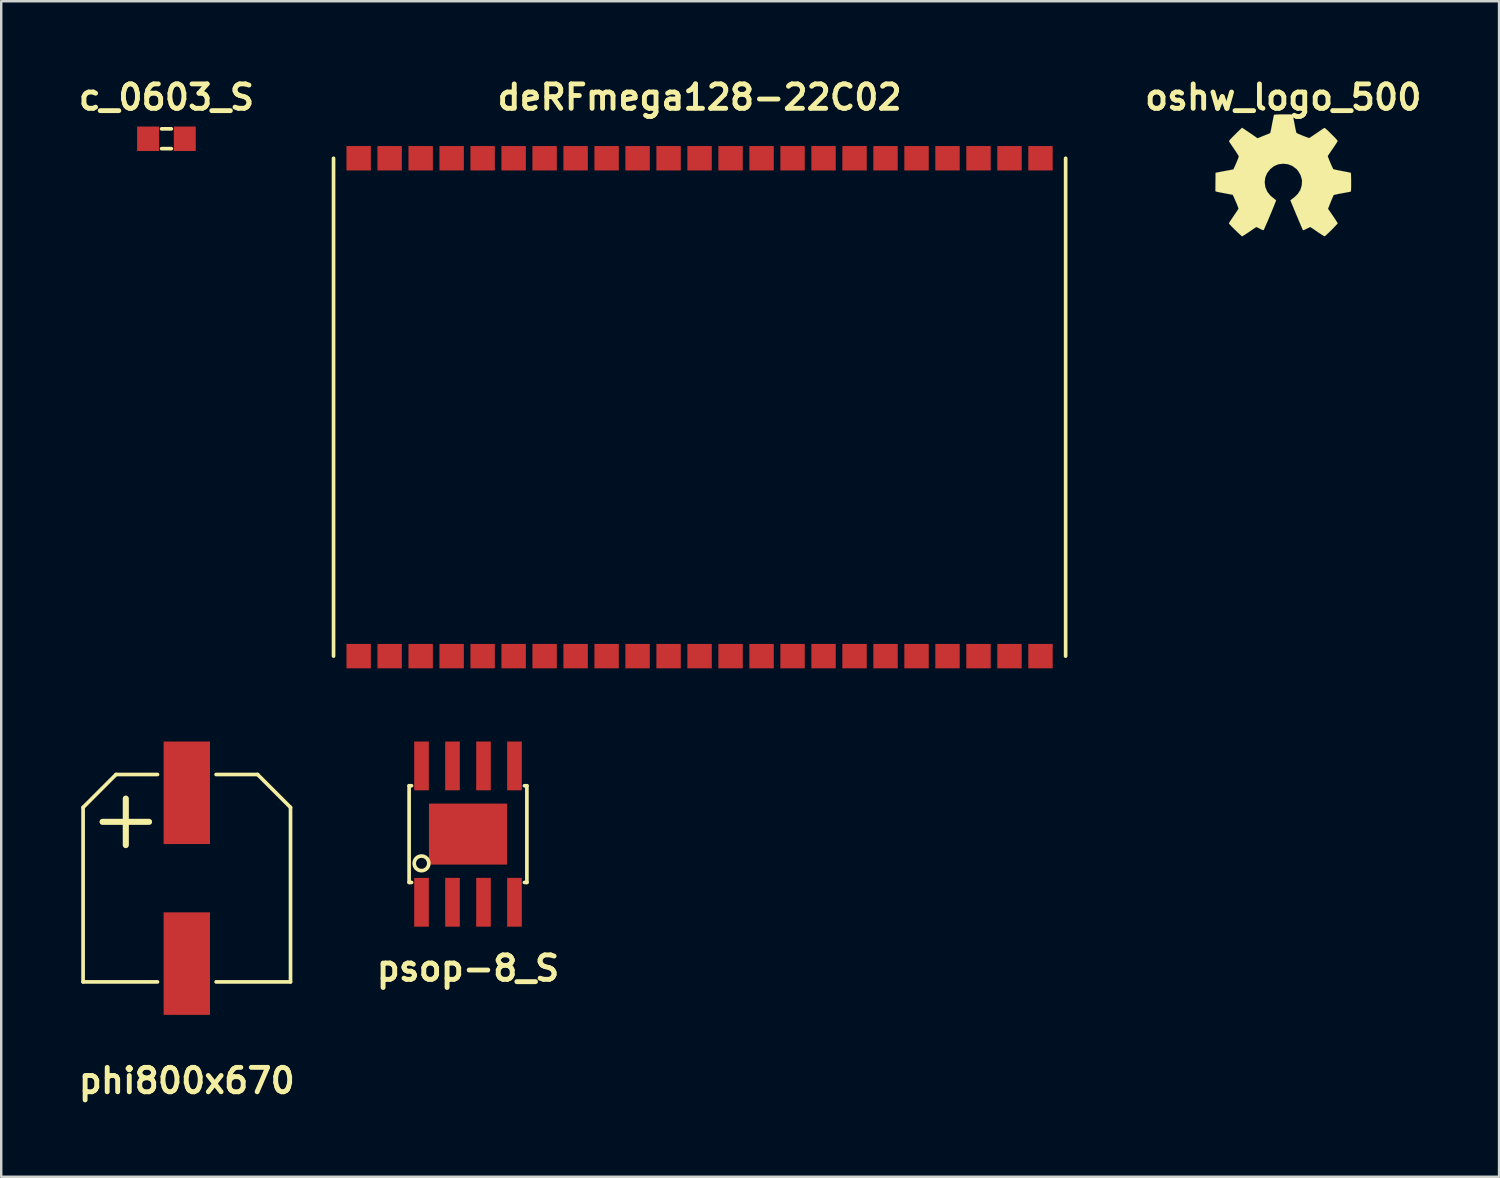
<source format=kicad_pcb>
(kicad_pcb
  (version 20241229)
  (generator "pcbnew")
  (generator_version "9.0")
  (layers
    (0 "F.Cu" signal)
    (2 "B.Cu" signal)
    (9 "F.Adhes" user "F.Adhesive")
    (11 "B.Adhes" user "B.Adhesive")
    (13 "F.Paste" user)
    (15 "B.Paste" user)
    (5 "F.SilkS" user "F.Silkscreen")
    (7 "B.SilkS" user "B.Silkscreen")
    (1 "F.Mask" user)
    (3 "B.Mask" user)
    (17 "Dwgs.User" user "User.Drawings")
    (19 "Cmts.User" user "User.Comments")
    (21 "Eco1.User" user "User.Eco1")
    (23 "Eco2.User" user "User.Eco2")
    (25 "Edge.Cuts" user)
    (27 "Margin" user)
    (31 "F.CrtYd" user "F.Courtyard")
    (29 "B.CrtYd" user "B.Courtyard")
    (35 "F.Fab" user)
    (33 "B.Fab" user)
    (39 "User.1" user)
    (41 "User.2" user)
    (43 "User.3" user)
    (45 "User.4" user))
  (footprint "psop-8_S"
    (layer "F.Cu")
    (at 16.128 31.13)
    (property "Reference" "psop-8_S" (at 0 5.499 0) (layer "F.SilkS") (effects (font (size 1.001 1.001) (thickness 0.201))))
    (attr through_hole)
    (fp_line (start -2.413 -1.981) (end -2.413 1.981) (stroke (width 0.15) (type solid)) (layer "F.SilkS"))
    (fp_line (start -2.413 -1.981) (end -2.314 -1.981) (stroke (width 0.15) (type solid)) (layer "F.SilkS"))
    (fp_line (start -2.413 1.981) (end -2.314 1.981) (stroke (width 0.15) (type solid)) (layer "F.SilkS"))
    (fp_line (start 2.413 -1.981) (end 2.314 -1.981) (stroke (width 0.15) (type solid)) (layer "F.SilkS"))
    (fp_line (start 2.413 1.981) (end 2.314 1.981) (stroke (width 0.15) (type solid)) (layer "F.SilkS"))
    (fp_line (start 2.413 1.981) (end 2.413 -1.981) (stroke (width 0.15) (type solid)) (layer "F.SilkS"))
    (fp_circle (center -1.905 1.199) (end -1.605 1.199) (stroke (width 0.15) (type solid)) (fill no) (layer "F.SilkS"))
    (pad "1" smd rect (at -1.905 2.794) (size 0.599 1.999) (layers "F.Cu" "F.Mask" "F.Paste"))
    (pad "2" smd rect (at -0.635 2.794) (size 0.599 1.999) (layers "F.Cu" "F.Mask" "F.Paste"))
    (pad "3" smd rect (at 0.635 2.794) (size 0.599 1.999) (layers "F.Cu" "F.Mask" "F.Paste"))
    (pad "4" smd rect (at 1.905 2.794) (size 0.599 1.999) (layers "F.Cu" "F.Mask" "F.Paste"))
    (pad "5" smd rect (at 1.905 -2.794) (size 0.599 1.999) (layers "F.Cu" "F.Mask" "F.Paste"))
    (pad "6" smd rect (at 0.635 -2.794) (size 0.599 1.999) (layers "F.Cu" "F.Mask" "F.Paste"))
    (pad "7" smd rect (at -0.635 -2.794) (size 0.599 1.999) (layers "F.Cu" "F.Mask" "F.Paste"))
    (pad "8" smd rect (at -1.905 -2.794) (size 0.599 1.999) (layers "F.Cu" "F.Mask" "F.Paste"))
    (pad "9" smd rect (at 0 0) (size 3.2 2.499) (layers "F.Cu" "F.Mask" "F.Paste")))
  (footprint "c_0603_S"
    (layer "F.Cu")
    (at 3.771 2.636)
    (property "Reference" "c_0603_S" (at 0 -1.7 0) (layer "F.SilkS") (effects (font (size 1 1) (thickness 0.2))))
    (attr through_hole)
    (fp_line (start -0.2 -0.406) (end 0.2 -0.406) (stroke (width 0.15) (type solid)) (layer "F.SilkS"))
    (fp_line (start 0.2 0.406) (end -0.2 0.406) (stroke (width 0.15) (type solid)) (layer "F.SilkS"))
    (pad "1" smd rect (at -0.752 0) (size 0.899 1.001) (layers "F.Cu" "F.Mask" "F.Paste"))
    (pad "2" smd rect (at 0.752 0) (size 0.899 1.001) (layers "F.Cu" "F.Mask" "F.Paste")))
  (footprint "oshw_logo_500"
    (layer "F.Cu")
    (at 49.536 4.136)
    (property "Reference" "oshw_logo_500" (at 0 -3.2 0) (layer "F.SilkS") (effects (font (size 1 1) (thickness 0.2))))
    (attr through_hole)
    (fp_poly (pts (xy -1.687 2.499) (xy -1.656 2.484) (xy -1.593 2.443) (xy -1.499 2.383) (xy -1.389 2.309) (xy -1.278 2.233) (xy -1.189 2.172) (xy -1.125 2.131) (xy -1.097 2.118) (xy -1.085 2.123) (xy -1.031 2.149) (xy -0.955 2.187) (xy -0.912 2.21) (xy -0.841 2.24) (xy -0.808 2.245) (xy -0.8 2.238) (xy -0.775 2.184) (xy -0.737 2.093) (xy -0.683 1.971) (xy -0.622 1.831) (xy -0.559 1.679) (xy -0.493 1.524) (xy -0.432 1.374) (xy -0.378 1.242) (xy -0.335 1.133) (xy -0.305 1.059) (xy -0.295 1.026) (xy -0.297 1.019) (xy -0.333 0.986) (xy -0.394 0.94) (xy -0.526 0.833) (xy -0.655 0.671) (xy -0.734 0.485) (xy -0.762 0.282) (xy -0.739 0.091) (xy -0.663 -0.091) (xy -0.536 -0.254) (xy -0.384 -0.376) (xy -0.203 -0.455) (xy 0 -0.478) (xy 0.193 -0.457) (xy 0.378 -0.384) (xy 0.544 -0.259) (xy 0.612 -0.178) (xy 0.709 -0.013) (xy 0.762 0.165) (xy 0.77 0.211) (xy 0.759 0.406) (xy 0.704 0.592) (xy 0.599 0.759) (xy 0.457 0.897) (xy 0.439 0.912) (xy 0.371 0.96) (xy 0.328 0.996) (xy 0.292 1.024) (xy 0.541 1.623) (xy 0.582 1.717) (xy 0.65 1.882) (xy 0.709 2.022) (xy 0.757 2.134) (xy 0.79 2.21) (xy 0.805 2.24) (xy 0.808 2.24) (xy 0.828 2.245) (xy 0.874 2.228) (xy 0.958 2.187) (xy 1.013 2.159) (xy 1.077 2.129) (xy 1.105 2.118) (xy 1.13 2.131) (xy 1.191 2.169) (xy 1.28 2.23) (xy 1.387 2.304) (xy 1.488 2.372) (xy 1.582 2.433) (xy 1.651 2.477) (xy 1.684 2.494) (xy 1.689 2.494) (xy 1.72 2.479) (xy 1.773 2.433) (xy 1.854 2.357) (xy 1.971 2.243) (xy 1.989 2.225) (xy 2.083 2.129) (xy 2.159 2.047) (xy 2.212 1.991) (xy 2.23 1.963) (xy 2.212 1.93) (xy 2.169 1.864) (xy 2.108 1.768) (xy 2.032 1.656) (xy 1.834 1.369) (xy 1.943 1.097) (xy 1.976 1.013) (xy 2.019 0.912) (xy 2.05 0.841) (xy 2.065 0.808) (xy 2.095 0.798) (xy 2.169 0.78) (xy 2.278 0.757) (xy 2.408 0.734) (xy 2.53 0.711) (xy 2.639 0.691) (xy 2.72 0.676) (xy 2.756 0.668) (xy 2.766 0.663) (xy 2.771 0.645) (xy 2.776 0.607) (xy 2.779 0.541) (xy 2.781 0.434) (xy 2.781 0.282) (xy 2.781 0.264) (xy 2.779 0.117) (xy 2.776 0.003) (xy 2.774 -0.074) (xy 2.769 -0.104) (xy 2.733 -0.112) (xy 2.654 -0.13) (xy 2.545 -0.15) (xy 2.413 -0.175) (xy 2.403 -0.178) (xy 2.273 -0.203) (xy 2.162 -0.226) (xy 2.085 -0.244) (xy 2.052 -0.254) (xy 2.045 -0.264) (xy 2.019 -0.315) (xy 1.981 -0.396) (xy 1.938 -0.495) (xy 1.895 -0.599) (xy 1.857 -0.691) (xy 1.831 -0.762) (xy 1.824 -0.792) (xy 1.826 -0.792) (xy 1.844 -0.826) (xy 1.89 -0.894) (xy 1.953 -0.988) (xy 2.032 -1.1) (xy 2.037 -1.107) (xy 2.113 -1.219) (xy 2.174 -1.313) (xy 2.215 -1.382) (xy 2.23 -1.412) (xy 2.205 -1.445) (xy 2.149 -1.509) (xy 2.068 -1.595) (xy 1.968 -1.692) (xy 1.938 -1.722) (xy 1.831 -1.829) (xy 1.755 -1.897) (xy 1.709 -1.935) (xy 1.687 -1.943) (xy 1.684 -1.943) (xy 1.651 -1.923) (xy 1.582 -1.877) (xy 1.486 -1.811) (xy 1.374 -1.735) (xy 1.367 -1.73) (xy 1.255 -1.654) (xy 1.161 -1.59) (xy 1.095 -1.547) (xy 1.067 -1.529) (xy 1.062 -1.529) (xy 1.016 -1.544) (xy 0.937 -1.572) (xy 0.841 -1.608) (xy 0.737 -1.651) (xy 0.645 -1.689) (xy 0.574 -1.722) (xy 0.541 -1.74) (xy 0.541 -1.742) (xy 0.528 -1.781) (xy 0.508 -1.864) (xy 0.485 -1.979) (xy 0.46 -2.116) (xy 0.455 -2.139) (xy 0.429 -2.271) (xy 0.409 -2.38) (xy 0.394 -2.456) (xy 0.386 -2.487) (xy 0.366 -2.492) (xy 0.302 -2.497) (xy 0.203 -2.499) (xy 0.084 -2.499) (xy -0.041 -2.499) (xy -0.165 -2.497) (xy -0.269 -2.492) (xy -0.345 -2.487) (xy -0.376 -2.482) (xy -0.376 -2.479) (xy -0.389 -2.438) (xy -0.406 -2.355) (xy -0.429 -2.24) (xy -0.457 -2.103) (xy -0.462 -2.078) (xy -0.485 -1.946) (xy -0.508 -1.839) (xy -0.523 -1.763) (xy -0.533 -1.735) (xy -0.544 -1.727) (xy -0.599 -1.704) (xy -0.688 -1.666) (xy -0.798 -1.623) (xy -1.052 -1.519) (xy -1.364 -1.735) (xy -1.394 -1.753) (xy -1.506 -1.829) (xy -1.598 -1.892) (xy -1.661 -1.933) (xy -1.689 -1.948) (xy -1.692 -1.946) (xy -1.722 -1.92) (xy -1.783 -1.862) (xy -1.869 -1.778) (xy -1.966 -1.681) (xy -2.04 -1.608) (xy -2.126 -1.521) (xy -2.179 -1.463) (xy -2.21 -1.425) (xy -2.22 -1.402) (xy -2.217 -1.387) (xy -2.197 -1.354) (xy -2.151 -1.285) (xy -2.088 -1.191) (xy -2.012 -1.079) (xy -1.948 -0.988) (xy -1.882 -0.884) (xy -1.836 -0.808) (xy -1.821 -0.772) (xy -1.826 -0.757) (xy -1.847 -0.696) (xy -1.885 -0.602) (xy -1.93 -0.493) (xy -2.04 -0.246) (xy -2.202 -0.213) (xy -2.301 -0.196) (xy -2.438 -0.17) (xy -2.568 -0.145) (xy -2.774 -0.104) (xy -2.781 0.648) (xy -2.751 0.663) (xy -2.72 0.671) (xy -2.644 0.688) (xy -2.535 0.709) (xy -2.408 0.734) (xy -2.299 0.754) (xy -2.187 0.775) (xy -2.108 0.79) (xy -2.073 0.798) (xy -2.065 0.808) (xy -2.037 0.861) (xy -1.999 0.947) (xy -1.956 1.049) (xy -1.91 1.153) (xy -1.872 1.252) (xy -1.844 1.326) (xy -1.834 1.364) (xy -1.849 1.392) (xy -1.892 1.458) (xy -1.953 1.549) (xy -2.027 1.659) (xy -2.101 1.768) (xy -2.164 1.862) (xy -2.207 1.928) (xy -2.228 1.958) (xy -2.217 1.981) (xy -2.174 2.032) (xy -2.09 2.118) (xy -1.968 2.24) (xy -1.948 2.258) (xy -1.852 2.352) (xy -1.768 2.428) (xy -1.712 2.479) (xy -1.687 2.499)) (stroke (width 0.003) (type solid)) (fill yes) (layer "F.SilkS")))
  (footprint "phi800x670"
    (layer "F.Cu")
    (at 4.605 32.937)
    (property "Reference" "phi800x670" (at 0 8.3 0) (layer "F.SilkS") (effects (font (size 1 1) (thickness 0.2))))
    (attr through_hole)
    (fp_line (start -4.25 -2.9) (end -2.9 -4.25) (stroke (width 0.15) (type solid)) (layer "F.SilkS"))
    (fp_line (start -4.25 4.25) (end -4.25 -2.9) (stroke (width 0.15) (type solid)) (layer "F.SilkS"))
    (fp_line (start -4.25 4.25) (end -1.2 4.25) (stroke (width 0.15) (type solid)) (layer "F.SilkS"))
    (fp_line (start -2.9 -4.25) (end -1.2 -4.25) (stroke (width 0.15) (type solid)) (layer "F.SilkS"))
    (fp_line (start 1.2 -4.25) (end 2.9 -4.25) (stroke (width 0.15) (type solid)) (layer "F.SilkS"))
    (fp_line (start 1.2 4.25) (end 4.25 4.25) (stroke (width 0.15) (type solid)) (layer "F.SilkS"))
    (fp_line (start 2.9 -4.25) (end 4.25 -2.9) (stroke (width 0.15) (type solid)) (layer "F.SilkS"))
    (fp_line (start 4.25 -2.9) (end 4.25 4.25) (stroke (width 0.15) (type solid)) (layer "F.SilkS"))
    (fp_text user "+" (at -2.5 -2.5 0) (layer "F.SilkS") (effects (font (size 2.5 2.5) (thickness 0.25))))
    (pad "1" smd rect (at 0 -3.5) (size 1.9 4.201) (layers "F.Cu" "F.Mask" "F.Paste"))
    (pad "2" smd rect (at 0 3.5) (size 1.9 4.201) (layers "F.Cu" "F.Mask" "F.Paste")))
  (footprint "deRFmega128-22C02"
    (layer "F.Cu")
    (at 25.618 13.636)
    (property "Reference" "deRFmega128-22C02" (at 0 -12.7 0) (layer "F.SilkS") (effects (font (size 1 1) (thickness 0.2))))
    (attr through_hole)
    (fp_line (start -15 -10.2) (end -15 10.2) (stroke (width 0.15) (type solid)) (layer "F.SilkS"))
    (fp_line (start 15 10.2) (end 15 -10.2) (stroke (width 0.15) (type solid)) (layer "F.SilkS"))
    (pad "1" smd rect (at -13.97 10.201) (size 1 1) (layers "F.Cu" "F.Mask" "F.Paste"))
    (pad "2" smd rect (at -12.7 10.201) (size 1 1) (layers "F.Cu" "F.Mask" "F.Paste"))
    (pad "3" smd rect (at -11.43 10.201) (size 1 1) (layers "F.Cu" "F.Mask" "F.Paste"))
    (pad "4" smd rect (at -10.16 10.201) (size 1 1) (layers "F.Cu" "F.Mask" "F.Paste"))
    (pad "5" smd rect (at -8.89 10.201) (size 1 1) (layers "F.Cu" "F.Mask" "F.Paste"))
    (pad "6" smd rect (at -7.62 10.201) (size 1 1) (layers "F.Cu" "F.Mask" "F.Paste"))
    (pad "7" smd rect (at -6.35 10.201) (size 1 1) (layers "F.Cu" "F.Mask" "F.Paste"))
    (pad "8" smd rect (at -5.08 10.201) (size 1 1) (layers "F.Cu" "F.Mask" "F.Paste"))
    (pad "9" smd rect (at -3.81 10.201) (size 1 1) (layers "F.Cu" "F.Mask" "F.Paste"))
    (pad "10" smd rect (at -2.54 10.201) (size 1 1) (layers "F.Cu" "F.Mask" "F.Paste"))
    (pad "11" smd rect (at -1.27 10.201) (size 1 1) (layers "F.Cu" "F.Mask" "F.Paste"))
    (pad "12" smd rect (at 0 10.201) (size 1 1) (layers "F.Cu" "F.Mask" "F.Paste"))
    (pad "13" smd rect (at 1.27 10.201) (size 1 1) (layers "F.Cu" "F.Mask" "F.Paste"))
    (pad "14" smd rect (at 2.54 10.201) (size 1 1) (layers "F.Cu" "F.Mask" "F.Paste"))
    (pad "15" smd rect (at 3.81 10.201) (size 1 1) (layers "F.Cu" "F.Mask" "F.Paste"))
    (pad "16" smd rect (at 5.08 10.201) (size 1 1) (layers "F.Cu" "F.Mask" "F.Paste"))
    (pad "17" smd rect (at 6.35 10.201) (size 1 1) (layers "F.Cu" "F.Mask" "F.Paste"))
    (pad "18" smd rect (at 7.62 10.201) (size 1 1) (layers "F.Cu" "F.Mask" "F.Paste"))
    (pad "19" smd rect (at 8.89 10.201) (size 1 1) (layers "F.Cu" "F.Mask" "F.Paste"))
    (pad "20" smd rect (at 10.16 10.201) (size 1 1) (layers "F.Cu" "F.Mask" "F.Paste"))
    (pad "21" smd rect (at 11.43 10.201) (size 1 1) (layers "F.Cu" "F.Mask" "F.Paste"))
    (pad "22" smd rect (at 12.7 10.201) (size 1 1) (layers "F.Cu" "F.Mask" "F.Paste"))
    (pad "23" smd rect (at 13.97 10.201) (size 1 1) (layers "F.Cu" "F.Mask" "F.Paste"))
    (pad "24" smd rect (at 13.97 -10.201) (size 1 1) (layers "F.Cu" "F.Mask" "F.Paste"))
    (pad "25" smd rect (at 12.7 -10.201) (size 1 1) (layers "F.Cu" "F.Mask" "F.Paste"))
    (pad "26" smd rect (at 11.43 -10.201) (size 1 1) (layers "F.Cu" "F.Mask" "F.Paste"))
    (pad "27" smd rect (at 10.16 -10.201) (size 1 1) (layers "F.Cu" "F.Mask" "F.Paste"))
    (pad "28" smd rect (at 8.89 -10.201) (size 1 1) (layers "F.Cu" "F.Mask" "F.Paste"))
    (pad "29" smd rect (at 7.62 -10.201) (size 1 1) (layers "F.Cu" "F.Mask" "F.Paste"))
    (pad "30" smd rect (at 6.35 -10.201) (size 1 1) (layers "F.Cu" "F.Mask" "F.Paste"))
    (pad "31" smd rect (at 5.08 -10.201) (size 1 1) (layers "F.Cu" "F.Mask" "F.Paste"))
    (pad "32" smd rect (at 3.81 -10.201) (size 1 1) (layers "F.Cu" "F.Mask" "F.Paste"))
    (pad "33" smd rect (at 2.54 -10.201) (size 1 1) (layers "F.Cu" "F.Mask" "F.Paste"))
    (pad "34" smd rect (at 1.27 -10.201) (size 1 1) (layers "F.Cu" "F.Mask" "F.Paste"))
    (pad "35" smd rect (at 0 -10.201) (size 1 1) (layers "F.Cu" "F.Mask" "F.Paste"))
    (pad "36" smd rect (at -1.27 -10.201) (size 1 1) (layers "F.Cu" "F.Mask" "F.Paste"))
    (pad "37" smd rect (at -2.54 -10.201) (size 1 1) (layers "F.Cu" "F.Mask" "F.Paste"))
    (pad "38" smd rect (at -3.81 -10.201) (size 1 1) (layers "F.Cu" "F.Mask" "F.Paste"))
    (pad "39" smd rect (at -5.08 -10.201) (size 1 1) (layers "F.Cu" "F.Mask" "F.Paste"))
    (pad "40" smd rect (at -6.35 -10.201) (size 1 1) (layers "F.Cu" "F.Mask" "F.Paste"))
    (pad "41" smd rect (at -7.62 -10.201) (size 1 1) (layers "F.Cu" "F.Mask" "F.Paste"))
    (pad "42" smd rect (at -8.89 -10.201) (size 1 1) (layers "F.Cu" "F.Mask" "F.Paste"))
    (pad "43" smd rect (at -10.16 -10.201) (size 1 1) (layers "F.Cu" "F.Mask" "F.Paste"))
    (pad "44" smd rect (at -11.43 -10.201) (size 1 1) (layers "F.Cu" "F.Mask" "F.Paste"))
    (pad "45" smd rect (at -12.7 -10.201) (size 1 1) (layers "F.Cu" "F.Mask" "F.Paste"))
    (pad "46" smd rect (at -13.97 -10.201) (size 1 1) (layers "F.Cu" "F.Mask" "F.Paste")))
  (gr_rect
    (start -3 -3)
    (end 58.379 45.173)
    (stroke (width 0.1) (type default))
    (fill no)
    (layer "Edge.Cuts")))
</source>
